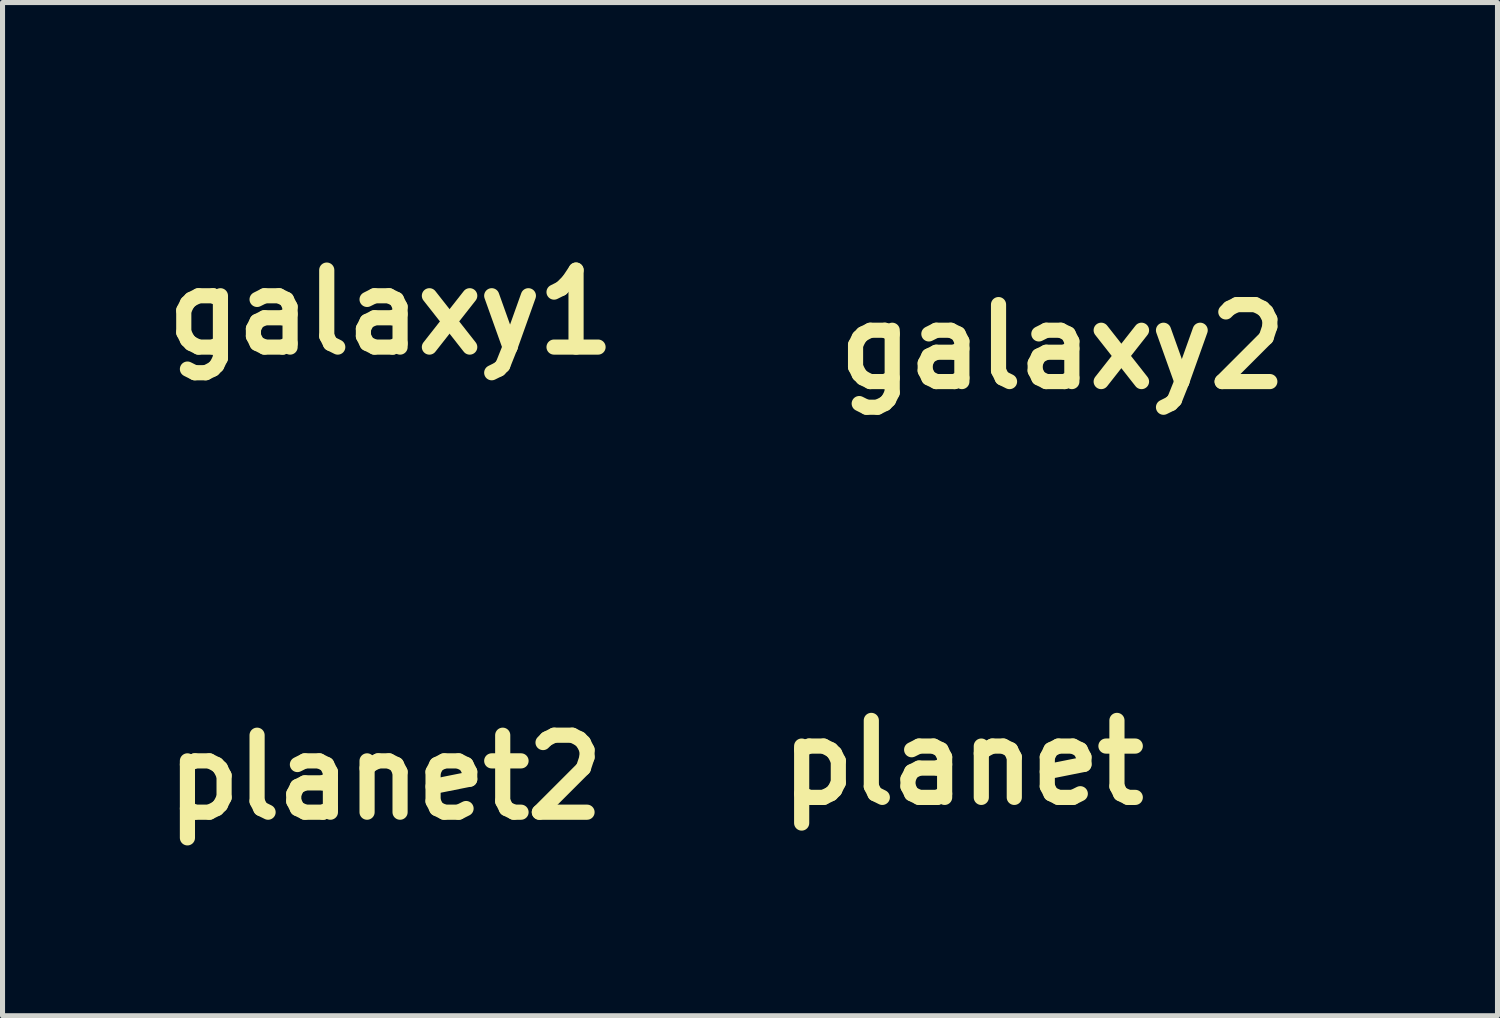
<source format=kicad_pcb>
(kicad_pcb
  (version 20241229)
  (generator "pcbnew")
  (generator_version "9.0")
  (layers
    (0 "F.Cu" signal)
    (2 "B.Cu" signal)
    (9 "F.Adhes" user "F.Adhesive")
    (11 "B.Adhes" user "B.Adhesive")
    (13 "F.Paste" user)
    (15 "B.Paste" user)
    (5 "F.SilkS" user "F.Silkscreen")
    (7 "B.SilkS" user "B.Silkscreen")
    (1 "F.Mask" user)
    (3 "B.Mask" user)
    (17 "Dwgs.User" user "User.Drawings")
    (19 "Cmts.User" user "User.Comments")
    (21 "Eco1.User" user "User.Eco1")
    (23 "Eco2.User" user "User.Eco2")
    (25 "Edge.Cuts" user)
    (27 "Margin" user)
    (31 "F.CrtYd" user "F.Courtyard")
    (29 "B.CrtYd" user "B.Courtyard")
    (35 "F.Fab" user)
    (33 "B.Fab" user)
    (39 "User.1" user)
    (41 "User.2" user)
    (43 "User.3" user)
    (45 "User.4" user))
  (footprint "planet"
    (layer "F.Cu")
    (at 16.012 12.045)
    (property "Reference" "planet" (at 0 0 0) (layer "F.SilkS") (effects (font (size 1.524 1.524) (thickness 0.3))))
    (attr through_hole)
    (fp_poly (pts (xy 1.597 -1.092) (xy 1.629 -1.085) (xy 1.683 -1.059) (xy 1.725 -1.019) (xy 1.752 -0.968) (xy 1.762 -0.909) (xy 1.758 -0.859) (xy 1.737 -0.799) (xy 1.699 -0.73) (xy 1.645 -0.655) (xy 1.575 -0.573) (xy 1.49 -0.486) (xy 1.391 -0.395) (xy 1.28 -0.299) (xy 1.156 -0.202) (xy 1.021 -0.102) (xy 1.01 -0.094) (xy 0.917 -0.028) (xy 0.911 0.08) (xy 0.895 0.208) (xy 0.86 0.33) (xy 0.807 0.446) (xy 0.74 0.552) (xy 0.658 0.649) (xy 0.563 0.734) (xy 0.457 0.805) (xy 0.341 0.861) (xy 0.217 0.901) (xy 0.148 0.915) (xy 0.084 0.922) (xy 0.01 0.923) (xy -0.069 0.921) (xy -0.145 0.914) (xy -0.212 0.904) (xy -0.249 0.895) (xy -0.291 0.88) (xy -0.343 0.86) (xy -0.394 0.838) (xy -0.408 0.832) (xy -0.496 0.79) (xy -0.647 0.856) (xy -0.81 0.925) (xy -0.963 0.983) (xy -1.105 1.031) (xy -1.234 1.069) (xy -1.35 1.095) (xy -1.453 1.11) (xy -1.54 1.113) (xy -1.599 1.107) (xy -1.658 1.088) (xy -1.708 1.055) (xy -1.745 1.011) (xy -1.749 1.004) (xy -1.766 0.949) (xy -1.765 0.904) (xy -1.556 0.904) (xy -1.504 0.904) (xy -1.471 0.902) (xy -1.425 0.896) (xy -1.376 0.887) (xy -1.354 0.883) (xy -1.307 0.871) (xy -1.249 0.854) (xy -1.182 0.834) (xy -1.11 0.81) (xy -1.035 0.784) (xy -0.961 0.757) (xy -0.89 0.731) (xy -0.825 0.706) (xy -0.769 0.682) (xy -0.726 0.663) (xy -0.697 0.647) (xy -0.687 0.641) (xy -0.689 0.629) (xy -0.702 0.607) (xy -0.723 0.578) (xy -0.731 0.568) (xy -0.761 0.526) (xy -0.794 0.471) (xy -0.828 0.409) (xy -0.859 0.346) (xy -0.88 0.296) (xy -0.885 0.287) (xy -0.891 0.283) (xy -0.902 0.286) (xy -0.921 0.298) (xy -0.95 0.319) (xy -0.987 0.347) (xy -1.078 0.418) (xy -1.166 0.49) (xy -1.249 0.562) (xy -1.325 0.632) (xy -1.393 0.697) (xy -1.451 0.757) (xy -1.496 0.809) (xy -1.527 0.852) (xy -1.532 0.861) (xy -1.556 0.904) (xy -1.765 0.904) (xy -1.764 0.888) (xy -1.744 0.821) (xy -1.706 0.747) (xy -1.648 0.666) (xy -1.572 0.578) (xy -1.51 0.514) (xy -1.452 0.46) (xy -1.381 0.397) (xy -1.302 0.33) (xy -1.219 0.263) (xy -1.136 0.198) (xy -1.058 0.139) (xy -1.019 0.111) (xy -0.925 0.046) (xy -0.925 -0.006) (xy -0.923 -0.042) (xy -0.918 -0.088) (xy -0.911 -0.136) (xy -0.909 -0.146) (xy -0.876 -0.278) (xy -0.825 -0.402) (xy -0.758 -0.516) (xy -0.676 -0.619) (xy -0.666 -0.628) (xy 0.672 -0.628) (xy 0.721 -0.563) (xy 0.774 -0.488) (xy 0.819 -0.41) (xy 0.853 -0.336) (xy 0.86 -0.318) (xy 0.871 -0.288) (xy 0.881 -0.269) (xy 0.885 -0.264) (xy 0.895 -0.27) (xy 0.918 -0.286) (xy 0.95 -0.309) (xy 0.987 -0.337) (xy 1.068 -0.399) (xy 1.136 -0.454) (xy 1.197 -0.504) (xy 1.252 -0.553) (xy 1.308 -0.605) (xy 1.345 -0.64) (xy 1.399 -0.694) (xy 1.447 -0.746) (xy 1.488 -0.793) (xy 1.519 -0.832) (xy 1.538 -0.862) (xy 1.544 -0.88) (xy 1.535 -0.891) (xy 1.509 -0.895) (xy 1.468 -0.892) (xy 1.414 -0.883) (xy 1.348 -0.869) (xy 1.274 -0.849) (xy 1.192 -0.825) (xy 1.104 -0.797) (xy 1.013 -0.766) (xy 0.92 -0.731) (xy 0.828 -0.693) (xy 0.821 -0.691) (xy 0.672 -0.628) (xy -0.666 -0.628) (xy -0.579 -0.709) (xy -0.47 -0.785) (xy -0.35 -0.846) (xy -0.232 -0.886) (xy -0.192 -0.896) (xy -0.154 -0.902) (xy -0.113 -0.906) (xy -0.062 -0.908) (xy 0 -0.908) (xy 0.092 -0.906) (xy 0.17 -0.898) (xy 0.24 -0.883) (xy 0.309 -0.86) (xy 0.383 -0.827) (xy 0.4 -0.819) (xy 0.49 -0.775) (xy 0.609 -0.828) (xy 0.73 -0.88) (xy 0.853 -0.93) (xy 0.974 -0.974) (xy 1.09 -1.014) (xy 1.197 -1.046) (xy 1.292 -1.071) (xy 1.34 -1.081) (xy 1.407 -1.091) (xy 1.476 -1.096) (xy 1.541 -1.096) (xy 1.597 -1.092)) (stroke (width 0.01) (type solid)) (fill yes) (layer "F.Mask")))
  (footprint "planet2"
    (layer "F.Cu")
    (at 4.579 12.338)
    (property "Reference" "planet2" (at 0 0 0) (layer "F.SilkS") (effects (font (size 1.524 1.524) (thickness 0.3))))
    (attr through_hole)
    (fp_poly (pts (xy 0.161 -1.701) (xy 0.294 -1.686) (xy 0.421 -1.66) (xy 0.553 -1.621) (xy 0.58 -1.611) (xy 0.767 -1.532) (xy 0.943 -1.431) (xy 1.107 -1.309) (xy 1.256 -1.169) (xy 1.387 -1.013) (xy 1.5 -0.842) (xy 1.545 -0.758) (xy 1.62 -0.582) (xy 1.674 -0.395) (xy 1.707 -0.2) (xy 1.719 -0.002) (xy 1.709 0.197) (xy 1.677 0.391) (xy 1.633 0.55) (xy 1.563 0.723) (xy 1.471 0.891) (xy 1.361 1.051) (xy 1.236 1.197) (xy 1.098 1.326) (xy 1.018 1.389) (xy 0.857 1.491) (xy 0.683 1.577) (xy 0.503 1.644) (xy 0.322 1.689) (xy 0.293 1.694) (xy 0.208 1.705) (xy 0.108 1.711) (xy 0.001 1.713) (xy -0.106 1.711) (xy -0.205 1.705) (xy -0.286 1.694) (xy -0.486 1.646) (xy -0.677 1.575) (xy -0.856 1.484) (xy -1.022 1.373) (xy -1.173 1.244) (xy -1.309 1.099) (xy -1.427 0.94) (xy -1.527 0.766) (xy -1.606 0.581) (xy -1.663 0.386) (xy -1.683 0.281) (xy -1.698 0.154) (xy -1.702 0.014) (xy -1.697 -0.13) (xy -1.683 -0.268) (xy -1.66 -0.393) (xy -1.654 -0.419) (xy -1.587 -0.621) (xy -1.5 -0.81) (xy -1.392 -0.985) (xy -1.265 -1.145) (xy -1.119 -1.288) (xy -0.956 -1.413) (xy -0.776 -1.52) (xy -0.767 -1.525) (xy -0.6 -1.6) (xy -0.433 -1.654) (xy -0.26 -1.688) (xy -0.077 -1.704) (xy 0.013 -1.706) (xy 0.161 -1.701)) (stroke (width 0.01) (type solid)) (fill yes) (layer "F.Mask")))
  (footprint "galaxy1"
    (layer "F.Cu")
    (at 4.688 3.131)
    (property "Reference" "galaxy1" (at 0 0 0) (layer "F.SilkS") (effects (font (size 1.524 1.524) (thickness 0.3))))
    (attr through_hole)
    (fp_poly (pts (xy -2.716 -3.122) (xy -2.563 -3.114) (xy -2.422 -3.102) (xy -2.298 -3.085) (xy -2.294 -3.085) (xy -1.923 -3.007) (xy -1.539 -2.901) (xy -1.148 -2.766) (xy -0.751 -2.606) (xy -0.352 -2.42) (xy 0.044 -2.211) (xy 0.134 -2.16) (xy 0.223 -2.11) (xy 0.312 -2.061) (xy 0.392 -2.019) (xy 0.455 -1.987) (xy 0.468 -1.981) (xy 0.686 -1.872) (xy 0.914 -1.737) (xy 1.145 -1.583) (xy 1.372 -1.412) (xy 1.59 -1.231) (xy 1.765 -1.069) (xy 2.009 -0.813) (xy 2.225 -0.548) (xy 2.41 -0.275) (xy 2.565 0.002) (xy 2.688 0.283) (xy 2.779 0.567) (xy 2.805 0.678) (xy 2.823 0.794) (xy 2.834 0.929) (xy 2.836 1.071) (xy 2.831 1.21) (xy 2.818 1.338) (xy 2.798 1.442) (xy 2.797 1.444) (xy 2.726 1.642) (xy 2.627 1.822) (xy 2.502 1.983) (xy 2.351 2.123) (xy 2.176 2.24) (xy 1.979 2.334) (xy 1.907 2.36) (xy 1.852 2.38) (xy 1.816 2.397) (xy 1.804 2.408) (xy 1.805 2.409) (xy 1.831 2.418) (xy 1.883 2.433) (xy 1.956 2.451) (xy 2.042 2.472) (xy 2.135 2.494) (xy 2.229 2.514) (xy 2.318 2.533) (xy 2.394 2.548) (xy 2.413 2.551) (xy 2.532 2.567) (xy 2.676 2.576) (xy 2.849 2.58) (xy 2.887 2.581) (xy 3.005 2.58) (xy 3.096 2.578) (xy 3.169 2.574) (xy 3.23 2.567) (xy 3.288 2.556) (xy 3.342 2.544) (xy 3.52 2.486) (xy 3.67 2.408) (xy 3.792 2.311) (xy 3.887 2.195) (xy 3.955 2.061) (xy 3.995 1.909) (xy 4.007 1.738) (xy 3.991 1.551) (xy 3.948 1.346) (xy 3.876 1.125) (xy 3.777 0.888) (xy 3.687 0.706) (xy 3.532 0.435) (xy 3.347 0.158) (xy 3.136 -0.124) (xy 2.899 -0.407) (xy 2.64 -0.688) (xy 2.362 -0.964) (xy 2.067 -1.234) (xy 1.757 -1.493) (xy 1.516 -1.68) (xy 1.418 -1.754) (xy 1.346 -1.815) (xy 1.294 -1.865) (xy 1.26 -1.909) (xy 1.239 -1.952) (xy 1.229 -1.991) (xy 1.228 -2.078) (xy 1.256 -2.158) (xy 1.306 -2.226) (xy 1.375 -2.277) (xy 1.456 -2.306) (xy 1.544 -2.307) (xy 1.563 -2.304) (xy 1.607 -2.285) (xy 1.674 -2.246) (xy 1.76 -2.187) (xy 1.851 -2.12) (xy 2.265 -1.791) (xy 2.652 -1.45) (xy 3.012 -1.1) (xy 3.343 -0.742) (xy 3.642 -0.378) (xy 3.754 -0.229) (xy 3.922 0.015) (xy 4.075 0.266) (xy 4.211 0.521) (xy 4.328 0.773) (xy 4.423 1.018) (xy 4.494 1.25) (xy 4.515 1.338) (xy 4.531 1.435) (xy 4.542 1.552) (xy 4.547 1.68) (xy 4.547 1.81) (xy 4.543 1.933) (xy 4.533 2.042) (xy 4.517 2.126) (xy 4.515 2.134) (xy 4.444 2.332) (xy 4.345 2.51) (xy 4.221 2.668) (xy 4.071 2.804) (xy 3.897 2.918) (xy 3.7 3.01) (xy 3.48 3.077) (xy 3.328 3.108) (xy 3.234 3.119) (xy 3.114 3.126) (xy 2.978 3.13) (xy 2.835 3.13) (xy 2.691 3.127) (xy 2.557 3.12) (xy 2.441 3.11) (xy 2.413 3.106) (xy 2.122 3.056) (xy 1.814 2.984) (xy 1.495 2.892) (xy 1.171 2.78) (xy 0.85 2.653) (xy 0.804 2.633) (xy 0.73 2.6) (xy 0.634 2.554) (xy 0.518 2.498) (xy 0.388 2.435) (xy 0.248 2.365) (xy 0.102 2.292) (xy -0.046 2.217) (xy -0.192 2.143) (xy -0.331 2.071) (xy -0.459 2.004) (xy -0.573 1.944) (xy -0.668 1.893) (xy -0.739 1.853) (xy -0.774 1.832) (xy -1.098 1.612) (xy -1.397 1.375) (xy -1.671 1.123) (xy -1.915 0.857) (xy -1.967 0.795) (xy -2.151 0.551) (xy -2.308 0.307) (xy -2.439 0.064) (xy -2.543 -0.176) (xy -2.621 -0.412) (xy -2.673 -0.642) (xy -2.698 -0.865) (xy -2.696 -1.079) (xy -2.668 -1.282) (xy -2.613 -1.474) (xy -2.531 -1.651) (xy -2.423 -1.814) (xy -2.289 -1.96) (xy -2.128 -2.088) (xy -1.995 -2.168) (xy -1.936 -2.195) (xy -1.857 -2.228) (xy -1.772 -2.26) (xy -1.728 -2.275) (xy -1.556 -2.331) (xy -1.732 -2.385) (xy -1.958 -2.448) (xy -2.198 -2.503) (xy -2.434 -2.547) (xy -2.455 -2.55) (xy -2.572 -2.564) (xy -2.705 -2.573) (xy -2.845 -2.577) (xy -2.984 -2.577) (xy -3.111 -2.571) (xy -3.22 -2.56) (xy -3.268 -2.552) (xy -3.455 -2.501) (xy -3.615 -2.431) (xy -3.747 -2.341) (xy -3.852 -2.233) (xy -3.929 -2.105) (xy -3.957 -2.032) (xy -3.977 -1.944) (xy -3.987 -1.833) (xy -3.989 -1.708) (xy -3.982 -1.579) (xy -3.967 -1.456) (xy -3.947 -1.365) (xy -3.867 -1.113) (xy -3.756 -0.852) (xy -3.617 -0.585) (xy -3.449 -0.311) (xy -3.255 -0.035) (xy -3.036 0.244) (xy -2.794 0.522) (xy -2.53 0.799) (xy -2.246 1.072) (xy -1.943 1.339) (xy -1.622 1.599) (xy -1.496 1.695) (xy -1.4 1.77) (xy -1.328 1.83) (xy -1.278 1.88) (xy -1.246 1.926) (xy -1.228 1.971) (xy -1.22 2.019) (xy -1.219 2.048) (xy -1.234 2.139) (xy -1.277 2.215) (xy -1.341 2.273) (xy -1.422 2.309) (xy -1.514 2.317) (xy -1.55 2.312) (xy -1.592 2.296) (xy -1.656 2.258) (xy -1.738 2.203) (xy -1.836 2.132) (xy -1.946 2.049) (xy -2.066 1.954) (xy -2.192 1.851) (xy -2.321 1.743) (xy -2.45 1.631) (xy -2.575 1.518) (xy -2.684 1.418) (xy -2.991 1.116) (xy -3.273 0.813) (xy -3.529 0.512) (xy -3.759 0.212) (xy -3.961 -0.084) (xy -4.134 -0.375) (xy -4.278 -0.659) (xy -4.391 -0.936) (xy -4.469 -1.189) (xy -4.522 -1.442) (xy -4.547 -1.679) (xy -4.543 -1.899) (xy -4.51 -2.104) (xy -4.449 -2.294) (xy -4.358 -2.472) (xy -4.285 -2.578) (xy -4.156 -2.721) (xy -4.002 -2.844) (xy -3.822 -2.947) (xy -3.616 -3.03) (xy -3.383 -3.093) (xy -3.287 -3.108) (xy -3.165 -3.119) (xy -3.024 -3.125) (xy -2.872 -3.126) (xy -2.716 -3.122)) (stroke (width 0.01) (type solid)) (fill yes) (layer "F.Mask")))
  (footprint "galaxy2"
    (layer "F.Cu")
    (at 17.986 3.814)
    (property "Reference" "galaxy2" (at 0 0 0) (layer "F.SilkS") (effects (font (size 1.524 1.524) (thickness 0.3))))
    (attr through_hole)
    (fp_poly (pts (xy 2.892 -3.801) (xy 2.935 -3.787) (xy 2.99 -3.757) (xy 3.066 -3.707) (xy 3.158 -3.639) (xy 3.264 -3.556) (xy 3.38 -3.461) (xy 3.501 -3.358) (xy 3.625 -3.248) (xy 3.748 -3.136) (xy 3.867 -3.025) (xy 3.946 -2.947) (xy 4.244 -2.632) (xy 4.512 -2.314) (xy 4.75 -1.989) (xy 4.963 -1.654) (xy 5.152 -1.304) (xy 5.173 -1.262) (xy 5.317 -0.939) (xy 5.431 -0.621) (xy 5.517 -0.308) (xy 5.574 -0.002) (xy 5.602 0.296) (xy 5.602 0.585) (xy 5.574 0.862) (xy 5.519 1.128) (xy 5.437 1.381) (xy 5.327 1.619) (xy 5.191 1.841) (xy 5.029 2.046) (xy 4.84 2.233) (xy 4.626 2.4) (xy 4.386 2.546) (xy 4.278 2.6) (xy 4.111 2.674) (xy 3.948 2.735) (xy 3.779 2.786) (xy 3.593 2.83) (xy 3.463 2.855) (xy 3.359 2.869) (xy 3.23 2.88) (xy 3.082 2.888) (xy 2.922 2.892) (xy 2.76 2.893) (xy 2.601 2.89) (xy 2.454 2.883) (xy 2.327 2.872) (xy 2.32 2.871) (xy 1.933 2.814) (xy 1.553 2.731) (xy 1.175 2.621) (xy 0.794 2.482) (xy 0.406 2.313) (xy 0.279 2.252) (xy 0.107 2.165) (xy -0.055 2.079) (xy -0.213 1.989) (xy -0.376 1.891) (xy -0.55 1.779) (xy -0.71 1.673) (xy -0.865 1.568) (xy -0.997 1.476) (xy -1.11 1.394) (xy -1.21 1.316) (xy -1.303 1.239) (xy -1.394 1.158) (xy -1.488 1.069) (xy -1.569 0.991) (xy -1.788 0.759) (xy -1.977 0.528) (xy -2.137 0.296) (xy -2.27 0.057) (xy -2.35 -0.115) (xy -2.416 -0.285) (xy -2.464 -0.441) (xy -2.495 -0.596) (xy -2.513 -0.761) (xy -2.519 -0.865) (xy -2.519 -1.026) (xy -2.509 -1.164) (xy -2.485 -1.288) (xy -2.445 -1.406) (xy -2.393 -1.521) (xy -2.315 -1.648) (xy -2.212 -1.772) (xy -2.092 -1.886) (xy -1.963 -1.982) (xy -1.843 -2.048) (xy -1.774 -2.079) (xy -1.899 -2.108) (xy -2.118 -2.15) (xy -2.35 -2.182) (xy -2.587 -2.202) (xy -2.821 -2.21) (xy -3.044 -2.205) (xy -3.249 -2.189) (xy -3.37 -2.171) (xy -3.637 -2.109) (xy -3.88 -2.023) (xy -4.1 -1.916) (xy -4.295 -1.786) (xy -4.465 -1.634) (xy -4.61 -1.462) (xy -4.728 -1.27) (xy -4.818 -1.058) (xy -4.882 -0.827) (xy -4.887 -0.801) (xy -4.902 -0.687) (xy -4.912 -0.552) (xy -4.915 -0.406) (xy -4.911 -0.263) (xy -4.9 -0.133) (xy -4.895 -0.093) (xy -4.834 0.21) (xy -4.74 0.517) (xy -4.616 0.827) (xy -4.463 1.136) (xy -4.282 1.443) (xy -4.075 1.745) (xy -3.843 2.042) (xy -3.587 2.33) (xy -3.308 2.608) (xy -3.009 2.874) (xy -2.734 3.092) (xy -2.637 3.168) (xy -2.566 3.233) (xy -2.517 3.29) (xy -2.486 3.346) (xy -2.471 3.406) (xy -2.467 3.47) (xy -2.482 3.576) (xy -2.527 3.667) (xy -2.602 3.741) (xy -2.67 3.783) (xy -2.742 3.804) (xy -2.827 3.808) (xy -2.909 3.795) (xy -2.947 3.78) (xy -2.983 3.758) (xy -3.038 3.721) (xy -3.106 3.673) (xy -3.178 3.62) (xy -3.182 3.617) (xy -3.513 3.35) (xy -3.828 3.064) (xy -4.124 2.763) (xy -4.399 2.45) (xy -4.65 2.126) (xy -4.875 1.796) (xy -5.071 1.463) (xy -5.237 1.128) (xy -5.265 1.064) (xy -5.393 0.733) (xy -5.49 0.41) (xy -5.558 0.094) (xy -5.596 -0.212) (xy -5.604 -0.509) (xy -5.583 -0.794) (xy -5.533 -1.068) (xy -5.454 -1.328) (xy -5.346 -1.574) (xy -5.209 -1.805) (xy -5.044 -2.02) (xy -4.851 -2.218) (xy -4.666 -2.37) (xy -4.444 -2.515) (xy -4.199 -2.638) (xy -3.933 -2.737) (xy -3.648 -2.813) (xy -3.345 -2.865) (xy -3.027 -2.892) (xy -2.696 -2.895) (xy -2.354 -2.873) (xy -2.007 -2.827) (xy -1.657 -2.757) (xy -1.31 -2.665) (xy -0.965 -2.55) (xy -0.618 -2.411) (xy -0.267 -2.246) (xy 0.091 -2.055) (xy 0.46 -1.836) (xy 0.81 -1.609) (xy 0.964 -1.504) (xy 1.096 -1.411) (xy 1.21 -1.325) (xy 1.312 -1.243) (xy 1.409 -1.158) (xy 1.507 -1.067) (xy 1.6 -0.975) (xy 1.802 -0.758) (xy 1.979 -0.537) (xy 2.132 -0.313) (xy 2.26 -0.089) (xy 2.364 0.135) (xy 2.443 0.356) (xy 2.498 0.573) (xy 2.528 0.783) (xy 2.532 0.986) (xy 2.511 1.18) (xy 2.465 1.362) (xy 2.393 1.531) (xy 2.295 1.686) (xy 2.171 1.825) (xy 2.022 1.945) (xy 1.875 2.031) (xy 1.778 2.08) (xy 1.901 2.108) (xy 2.123 2.153) (xy 2.34 2.183) (xy 2.565 2.201) (xy 2.81 2.207) (xy 2.828 2.207) (xy 3.058 2.203) (xy 3.262 2.187) (xy 3.448 2.159) (xy 3.621 2.118) (xy 3.788 2.061) (xy 3.957 1.989) (xy 3.988 1.974) (xy 4.2 1.854) (xy 4.385 1.715) (xy 4.542 1.556) (xy 4.672 1.378) (xy 4.775 1.179) (xy 4.851 0.96) (xy 4.901 0.719) (xy 4.911 0.639) (xy 4.922 0.402) (xy 4.904 0.151) (xy 4.858 -0.111) (xy 4.786 -0.381) (xy 4.688 -0.657) (xy 4.566 -0.936) (xy 4.421 -1.215) (xy 4.254 -1.493) (xy 4.065 -1.765) (xy 3.857 -2.031) (xy 3.739 -2.167) (xy 3.584 -2.334) (xy 3.411 -2.506) (xy 3.228 -2.679) (xy 3.042 -2.845) (xy 2.859 -2.998) (xy 2.686 -3.132) (xy 2.63 -3.173) (xy 2.549 -3.245) (xy 2.498 -3.326) (xy 2.476 -3.421) (xy 2.475 -3.497) (xy 2.483 -3.565) (xy 2.498 -3.615) (xy 2.525 -3.659) (xy 2.533 -3.67) (xy 2.609 -3.741) (xy 2.699 -3.788) (xy 2.796 -3.809) (xy 2.892 -3.801)) (stroke (width 0.01) (type solid)) (fill yes) (layer "F.Mask")))
  (gr_rect
    (start -3 -3)
    (end 26.593 17.056)
    (stroke (width 0.1) (type default))
    (fill no)
    (layer "Edge.Cuts")))
</source>
